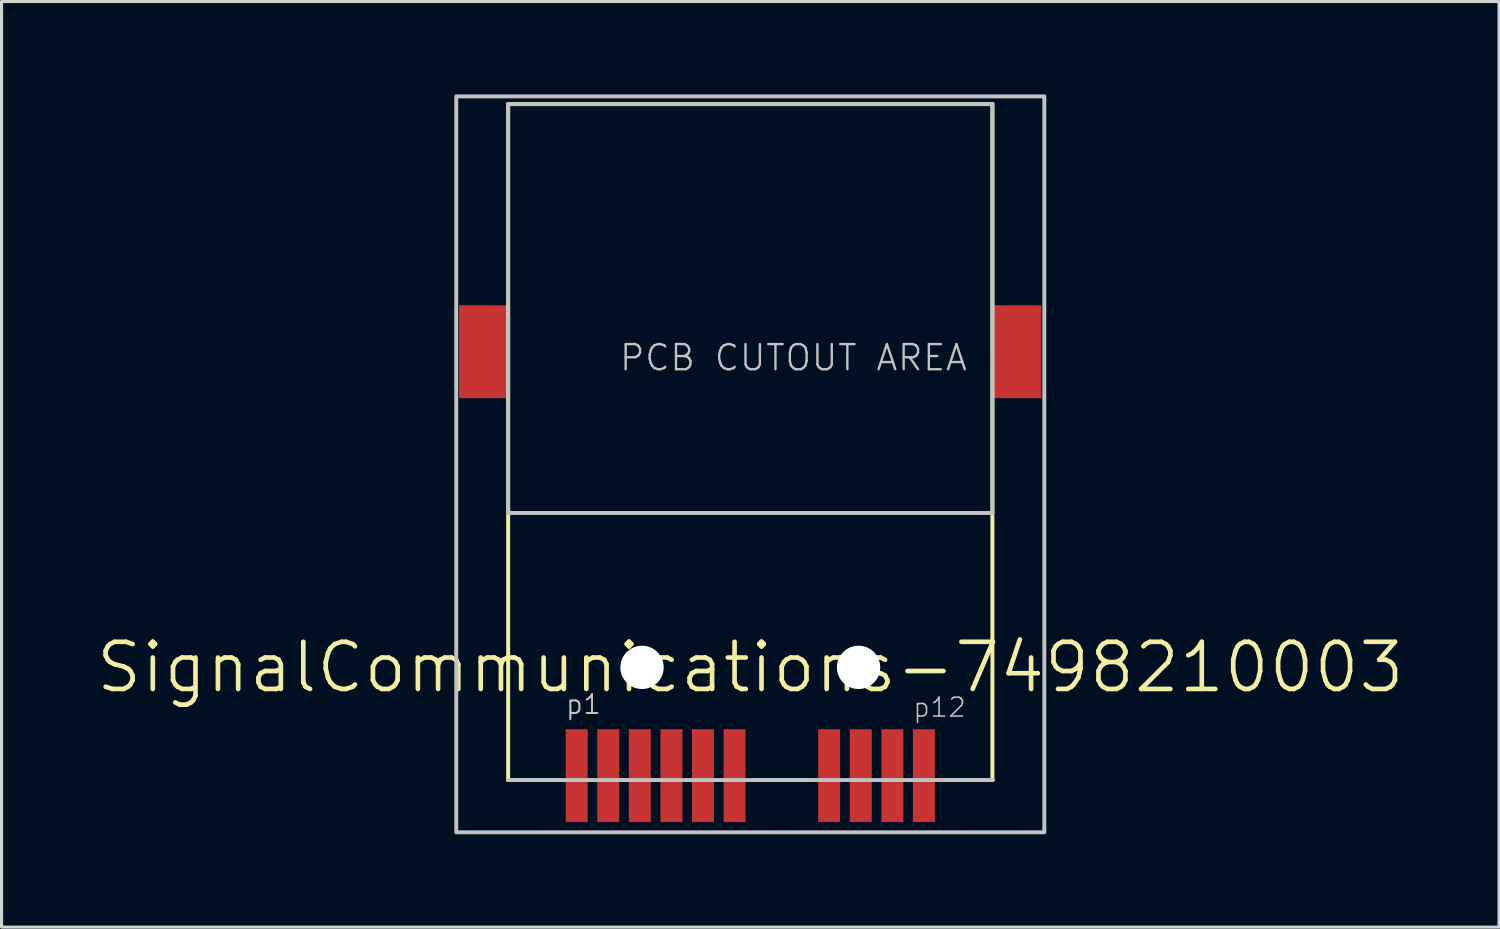
<source format=kicad_pcb>
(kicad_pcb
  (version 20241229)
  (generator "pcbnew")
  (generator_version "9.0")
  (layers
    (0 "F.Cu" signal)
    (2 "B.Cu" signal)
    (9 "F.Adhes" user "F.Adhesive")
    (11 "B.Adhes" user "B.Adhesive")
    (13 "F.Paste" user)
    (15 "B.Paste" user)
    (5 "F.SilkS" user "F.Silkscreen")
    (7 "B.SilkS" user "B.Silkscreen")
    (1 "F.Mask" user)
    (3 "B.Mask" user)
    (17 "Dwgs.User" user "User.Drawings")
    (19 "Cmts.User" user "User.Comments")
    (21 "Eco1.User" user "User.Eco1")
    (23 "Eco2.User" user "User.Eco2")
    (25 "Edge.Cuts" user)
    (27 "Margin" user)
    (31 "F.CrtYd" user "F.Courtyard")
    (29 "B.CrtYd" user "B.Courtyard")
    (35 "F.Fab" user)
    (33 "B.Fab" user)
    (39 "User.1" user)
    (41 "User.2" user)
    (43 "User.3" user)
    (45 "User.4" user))
  (footprint "SignalCommunications-7498210003"
    (layer "F.Cu")
    (at 21.191 18.512)
    (property "Reference" "SignalCommunications-7498210003" (at 0 0 0) (layer "F.SilkS") (effects (font (size 1.524 1.524) (thickness 0.15))))
    (attr smd)
    (fp_line (start -7.823 -18.199) (end 7.823 -18.199) (stroke (width 0.127) (type solid)) (layer "F.SilkS"))
    (fp_line (start -7.823 3.64) (end -7.828 3.64) (stroke (width 0.127) (type solid)) (layer "F.SilkS"))
    (fp_line (start -7.823 3.64) (end -7.823 -18.199) (stroke (width 0.127) (type solid)) (layer "F.SilkS"))
    (fp_line (start -6.19 3.64) (end -7.823 3.64) (stroke (width 0.127) (type solid)) (layer "F.SilkS"))
    (fp_line (start 0.157 3.64) (end 1.908 3.64) (stroke (width 0.127) (type solid)) (layer "F.SilkS"))
    (fp_line (start 6.139 3.64) (end 7.823 3.64) (stroke (width 0.127) (type solid)) (layer "F.SilkS"))
    (fp_line (start 7.823 -18.199) (end 7.823 3.64) (stroke (width 0.127) (type solid)) (layer "F.SilkS"))
    (fp_line (start 7.823 3.64) (end 7.828 3.64) (stroke (width 0.127) (type solid)) (layer "F.SilkS"))
    (fp_line (start -7.823 -18.199) (end 7.823 -18.199) (stroke (width 0.127) (type solid)) (layer "Dwgs.User"))
    (fp_line (start -7.823 -4.989) (end -7.823 -18.199) (stroke (width 0.127) (type solid)) (layer "Dwgs.User"))
    (fp_line (start 7.823 -18.199) (end 7.823 -4.989) (stroke (width 0.127) (type solid)) (layer "Dwgs.User"))
    (fp_line (start 7.823 -4.989) (end -7.823 -4.989) (stroke (width 0.127) (type solid)) (layer "Dwgs.User"))
    (fp_line (start 7.823 3.64) (end -7.823 3.64) (stroke (width 0.127) (type solid)) (layer "Dwgs.User"))
    (fp_poly (pts (xy -9.5 -18.448) (xy 9.5 -18.448) (xy 9.5 5.329) (xy -9.5 5.329) (xy -9.5 -18.448)) (stroke (width 0.127) (type solid)) (fill no) (layer "Dwgs.User"))
    (fp_text user "p1" (at -5.39 1.194 0) (layer "F.SilkS") (effects (font (size 0.61 0.61) (thickness 0.051))))
    (fp_text user "PCB CUTOUT AREA" (at 1.394 -10.005 0) (layer "Dwgs.User") (effects (font (size 0.813 0.813) (thickness 0.076))))
    (fp_text user "p12" (at 6.114 1.293 0) (layer "Dwgs.User") (effects (font (size 0.61 0.61) (thickness 0.051))))
    (fp_text user "p1" (at -5.39 1.194 0) (layer "Dwgs.User") (effects (font (size 0.61 0.61) (thickness 0.051))))
    (pad "" np_thru_hole circle (at -3.498 0) (size 1.4 1.4) (drill 1.4) (layers "*.Cu" "*.Mask"))
    (pad "" np_thru_hole circle (at 3.498 0) (size 1.4 1.4) (drill 1.4) (layers "*.Cu" "*.Mask"))
    (pad "P1" smd rect (at -5.608 3.498 90) (size 3 0.709) (layers "F.Cu" "F.Mask" "F.Paste"))
    (pad "P2" smd rect (at -4.59 3.498 90) (size 3 0.709) (layers "F.Cu" "F.Mask" "F.Paste"))
    (pad "P3" smd rect (at -3.569 3.498 90) (size 3 0.709) (layers "F.Cu" "F.Mask" "F.Paste"))
    (pad "P4" smd rect (at -2.548 3.498 90) (size 3 0.709) (layers "F.Cu" "F.Mask" "F.Paste"))
    (pad "P5" smd rect (at -1.529 3.498 90) (size 3 0.709) (layers "F.Cu" "F.Mask" "F.Paste"))
    (pad "P6" smd rect (at -0.508 3.498 90) (size 3 0.709) (layers "F.Cu" "F.Mask" "F.Paste"))
    (pad "P9" smd rect (at 2.548 3.498 90) (size 3 0.709) (layers "F.Cu" "F.Mask" "F.Paste"))
    (pad "P10" smd rect (at 3.569 3.498 90) (size 3 0.709) (layers "F.Cu" "F.Mask" "F.Paste"))
    (pad "P11" smd rect (at 4.59 3.498 90) (size 3 0.709) (layers "F.Cu" "F.Mask" "F.Paste"))
    (pad "P12" smd rect (at 5.608 3.498 90) (size 3 0.709) (layers "F.Cu" "F.Mask" "F.Paste"))
    (pad "SHEL" smd rect (at -8.608 -10.198) (size 1.598 3) (layers "F.Cu" "F.Mask" "F.Paste"))
    (pad "SHEL" smd rect (at 8.608 -10.198) (size 1.598 3) (layers "F.Cu" "F.Mask" "F.Paste")))
  (gr_rect
    (start -3 -3)
    (end 45.382 26.904)
    (stroke (width 0.1) (type default))
    (fill no)
    (layer "Edge.Cuts")))
</source>
